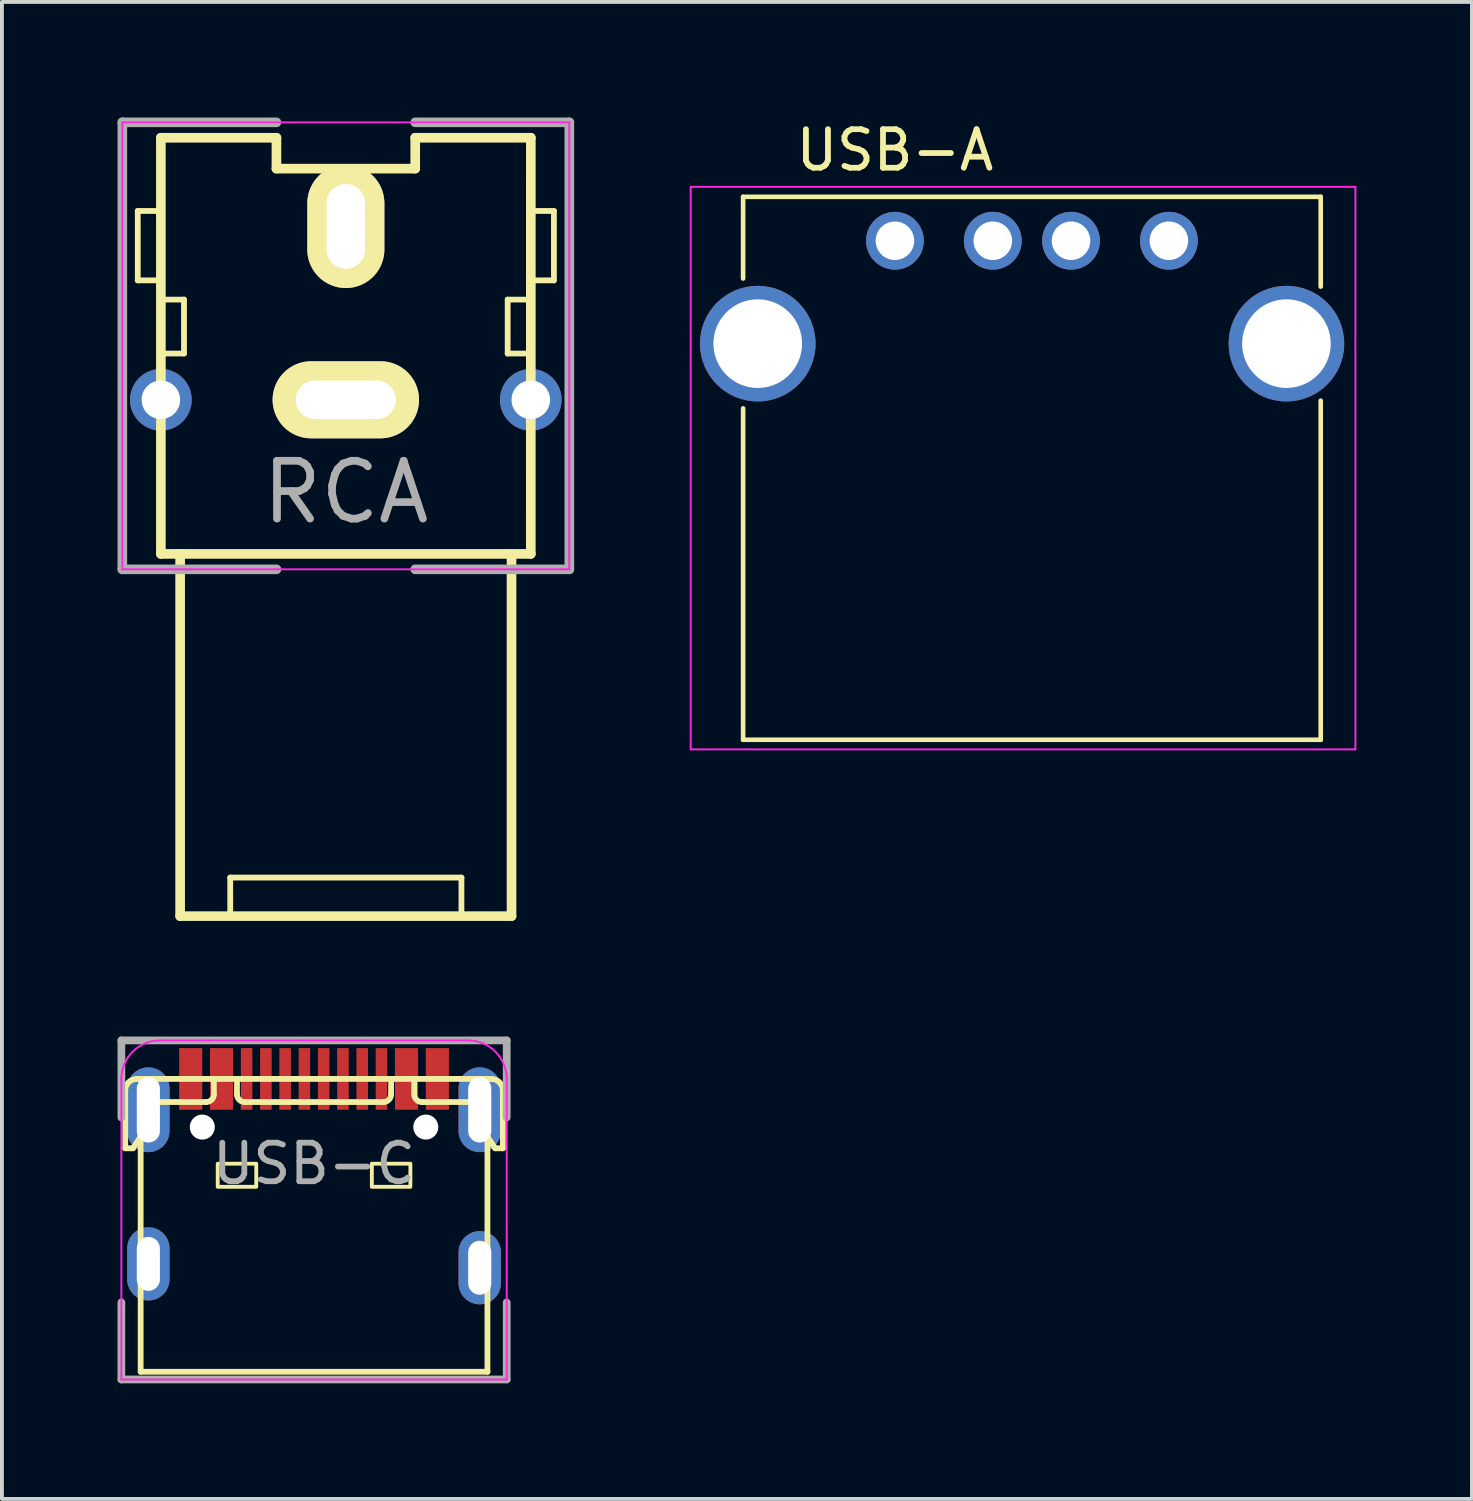
<source format=kicad_pcb>
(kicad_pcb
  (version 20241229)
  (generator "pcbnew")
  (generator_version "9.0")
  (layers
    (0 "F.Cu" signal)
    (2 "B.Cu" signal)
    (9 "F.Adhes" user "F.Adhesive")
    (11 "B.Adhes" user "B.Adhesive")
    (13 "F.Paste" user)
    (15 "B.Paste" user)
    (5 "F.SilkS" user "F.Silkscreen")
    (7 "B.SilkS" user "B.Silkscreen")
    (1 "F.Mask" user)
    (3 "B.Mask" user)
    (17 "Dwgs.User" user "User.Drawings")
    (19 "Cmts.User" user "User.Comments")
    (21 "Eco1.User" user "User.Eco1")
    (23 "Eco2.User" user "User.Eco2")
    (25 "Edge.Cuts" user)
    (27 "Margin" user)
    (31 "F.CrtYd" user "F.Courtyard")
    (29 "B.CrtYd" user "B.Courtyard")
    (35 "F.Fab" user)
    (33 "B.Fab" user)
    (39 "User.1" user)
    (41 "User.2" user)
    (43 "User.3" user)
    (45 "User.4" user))
  (footprint "USB-A"
    (layer "F.Cu")
    (at 20.175 3.198)
    (property "Reference" "USB-A" (at 0 -2.35 0) (layer "F.SilkS") (effects (font (size 1 1) (thickness 0.15))))
    (attr through_hole)
    (fp_line (start -3.94 -1.14) (end -3.94 0.98) (stroke (width 0.12) (type solid)) (layer "F.SilkS"))
    (fp_line (start -3.94 4.35) (end -3.94 12.95) (stroke (width 0.12) (type solid)) (layer "F.SilkS"))
    (fp_line (start 11.05 -1.14) (end -3.94 -1.14) (stroke (width 0.12) (type solid)) (layer "F.SilkS"))
    (fp_line (start 11.05 -1.14) (end 11.05 1.19) (stroke (width 0.12) (type solid)) (layer "F.SilkS"))
    (fp_line (start 11.05 4.15) (end 11.05 12.95) (stroke (width 0.12) (type solid)) (layer "F.SilkS"))
    (fp_line (start 11.05 12.95) (end -3.94 12.95) (stroke (width 0.12) (type solid)) (layer "F.SilkS"))
    (fp_line (start -5.3 -1.4) (end 11.95 -1.4) (stroke (width 0.05) (type solid)) (layer "F.CrtYd"))
    (fp_line (start -5.3 13.2) (end -5.3 -1.4) (stroke (width 0.05) (type solid)) (layer "F.CrtYd"))
    (fp_line (start -5.3 13.2) (end 11.95 13.2) (stroke (width 0.05) (type solid)) (layer "F.CrtYd"))
    (fp_line (start 11.95 -1.4) (end 11.95 13.2) (stroke (width 0.05) (type solid)) (layer "F.CrtYd"))
    (pad "1" thru_hole circle (at 0 0 270) (size 1.5 1.5) (drill 1) (layers "*.Cu" "*.Mask"))
    (pad "2" thru_hole circle (at 2.54 0 270) (size 1.5 1.5) (drill 1) (layers "*.Cu" "*.Mask"))
    (pad "3" thru_hole circle (at 4.57 0 270) (size 1.5 1.5) (drill 1) (layers "*.Cu" "*.Mask"))
    (pad "4" thru_hole circle (at 7.11 0 270) (size 1.5 1.5) (drill 1) (layers "*.Cu" "*.Mask"))
    (pad "5" thru_hole circle (at -3.56 2.67 270) (size 3 3) (drill 2.3) (layers "*.Cu" "*.Mask"))
    (pad "5" thru_hole circle (at 10.16 2.67 270) (size 3 3) (drill 2.3) (layers "*.Cu" "*.Mask")))
  (footprint "USB-C"
    (layer "F.Cu")
    (at 5.1 27.75)
    (property "Reference" "USB-C" (at 0 -0.6 180) (layer "F.Fab") (effects (font (size 1 1) (thickness 0.15))))
    (attr smd)
    (fp_line (start -4.9 -2.5) (end -4.9 -1) (stroke (width 0.15) (type solid)) (layer "F.SilkS"))
    (fp_line (start -4.9 -1) (end -4.7 -1) (stroke (width 0.15) (type solid)) (layer "F.SilkS"))
    (fp_line (start -4.7 -1) (end -4.5 -1.3) (stroke (width 0.15) (type solid)) (layer "F.SilkS"))
    (fp_line (start -4.5 4.8) (end -4.5 -2.2) (stroke (width 0.15) (type solid)) (layer "F.SilkS"))
    (fp_line (start -2.8 -2.2) (end -4.5 -2.2) (stroke (width 0.15) (type solid)) (layer "F.SilkS"))
    (fp_line (start -2.6 -2.8) (end -2.6 -2.4) (stroke (width 0.15) (type solid)) (layer "F.SilkS"))
    (fp_line (start -2 -2.8) (end -2 -2.4) (stroke (width 0.15) (type solid)) (layer "F.SilkS"))
    (fp_line (start 1.8 -2.2) (end -1.8 -2.2) (stroke (width 0.15) (type solid)) (layer "F.SilkS"))
    (fp_line (start 2 -2.8) (end 2 -2.4) (stroke (width 0.15) (type solid)) (layer "F.SilkS"))
    (fp_line (start 2.6 -2.8) (end 2.6 -2.4) (stroke (width 0.15) (type solid)) (layer "F.SilkS"))
    (fp_line (start 2.8 -2.2) (end 4.5 -2.2) (stroke (width 0.15) (type solid)) (layer "F.SilkS"))
    (fp_line (start 4.5 4.8) (end -4.5 4.8) (stroke (width 0.15) (type solid)) (layer "F.SilkS"))
    (fp_line (start 4.5 4.8) (end 4.5 -2.2) (stroke (width 0.15) (type solid)) (layer "F.SilkS"))
    (fp_line (start 4.6 -2.8) (end -4.588 -2.8) (stroke (width 0.15) (type solid)) (layer "F.SilkS"))
    (fp_line (start 4.7 -1) (end 4.5 -1.3) (stroke (width 0.15) (type solid)) (layer "F.SilkS"))
    (fp_line (start 4.7 -1) (end 4.9 -1) (stroke (width 0.15) (type solid)) (layer "F.SilkS"))
    (fp_line (start 4.9 -2.5) (end 4.9 -1) (stroke (width 0.15) (type solid)) (layer "F.SilkS"))
    (fp_rect (start -2.5 -0.6) (end -1.5 0) (stroke (width 0.1) (type default)) (fill no) (layer "F.SilkS"))
    (fp_rect (start 1.5 -0.6) (end 2.5 0) (stroke (width 0.1) (type default)) (fill no) (layer "F.SilkS"))
    (fp_arc (start -4.9 -2.5) (mid -4.812132 -2.712132) (end -4.6 -2.8) (stroke (width 0.15) (type solid)) (layer "F.SilkS"))
    (fp_arc (start -2.6 -2.4) (mid -2.658578 -2.258578) (end -2.8 -2.2) (stroke (width 0.15) (type default)) (layer "F.SilkS"))
    (fp_arc (start -1.799998 -2.200002) (mid -1.94142 -2.25858) (end -1.999998 -2.400002) (stroke (width 0.15) (type default)) (layer "F.SilkS"))
    (fp_arc (start 1.999998 -2.400002) (mid 1.94142 -2.25858) (end 1.799998 -2.200002) (stroke (width 0.15) (type default)) (layer "F.SilkS"))
    (fp_arc (start 2.8 -2.2) (mid 2.658579 -2.258579) (end 2.6 -2.4) (stroke (width 0.15) (type default)) (layer "F.SilkS"))
    (fp_arc (start 4.6 -2.8) (mid 4.812132 -2.712132) (end 4.9 -2.5) (stroke (width 0.15) (type solid)) (layer "F.SilkS"))
    (fp_line (start -5 5) (end -5 -2.8) (stroke (width 0.05) (type solid)) (layer "F.CrtYd"))
    (fp_line (start 4 -3.8) (end -4 -3.8) (stroke (width 0.05) (type solid)) (layer "F.CrtYd"))
    (fp_line (start 5 5) (end -5 5) (stroke (width 0.05) (type solid)) (layer "F.CrtYd"))
    (fp_line (start 5 5) (end 5 -2.8) (stroke (width 0.05) (type solid)) (layer "F.CrtYd"))
    (fp_arc (start -4.999998 -2.8) (mid -4.707105 -3.507106) (end -3.999998 -3.8) (stroke (width 0.05) (type default)) (layer "F.CrtYd"))
    (fp_arc (start 4 -3.799998) (mid 4.707106 -3.507104) (end 5 -2.799998) (stroke (width 0.05) (type default)) (layer "F.CrtYd"))
    (fp_line (start -5 -3.8) (end -5 -1.8) (stroke (width 0.2) (type default)) (layer "F.Fab"))
    (fp_line (start -5 -3.8) (end 5 -3.8) (stroke (width 0.2) (type default)) (layer "F.Fab"))
    (fp_line (start -5 3) (end -5 5) (stroke (width 0.2) (type default)) (layer "F.Fab"))
    (fp_line (start -5 5) (end 5 5) (stroke (width 0.2) (type default)) (layer "F.Fab"))
    (fp_line (start 5 -3.8) (end 5 -1.8) (stroke (width 0.2) (type default)) (layer "F.Fab"))
    (fp_line (start 5 3) (end 5 5) (stroke (width 0.2) (type default)) (layer "F.Fab"))
    (pad "" np_thru_hole circle (at -2.9 -1.55 90) (size 0.65 0.65) (drill 0.65) (layers "*.Cu" "*.Mask"))
    (pad "" np_thru_hole circle (at 2.9 -1.55 90) (size 0.65 0.65) (drill 0.65) (layers "*.Cu" "*.Mask"))
    (pad "0" thru_hole oval (at -4.3 -2 180) (size 1.1 2.2) (drill oval 0.6 1.7) (layers "*.Cu" "*.Mask"))
    (pad "0" thru_hole oval (at -4.3 2 180) (size 1.1 1.9) (drill oval 0.6 1.4) (layers "*.Cu" "*.Mask"))
    (pad "0" thru_hole oval (at 4.3 -2 180) (size 1.1 2.2) (drill oval 0.6 1.7) (layers "*.Cu" "*.Mask"))
    (pad "0" thru_hole oval (at 4.3 2.1 180) (size 1.1 1.9) (drill oval 0.6 1.4) (layers "*.Cu" "*.Mask"))
    (pad "1" smd rect (at -3.2 -2.8 90) (size 1.6 0.6) (layers "F.Cu" "F.Mask" "F.Paste"))
    (pad "2" smd rect (at -2.4 -2.8 90) (size 1.6 0.6) (layers "F.Cu" "F.Mask" "F.Paste"))
    (pad "3" smd rect (at -1.75 -2.8 90) (size 1.6 0.3) (layers "F.Cu" "F.Mask" "F.Paste"))
    (pad "4" smd rect (at -1.25 -2.8 90) (size 1.6 0.3) (layers "F.Cu" "F.Mask" "F.Paste"))
    (pad "5" smd rect (at -0.75 -2.8 90) (size 1.6 0.3) (layers "F.Cu" "F.Mask" "F.Paste"))
    (pad "6" smd rect (at -0.25 -2.8 90) (size 1.6 0.3) (layers "F.Cu" "F.Mask" "F.Paste"))
    (pad "7" smd rect (at 0.25 -2.8 90) (size 1.6 0.3) (layers "F.Cu" "F.Mask" "F.Paste"))
    (pad "8" smd rect (at 0.75 -2.8 90) (size 1.6 0.3) (layers "F.Cu" "F.Mask" "F.Paste"))
    (pad "9" smd rect (at 1.25 -2.8 90) (size 1.6 0.3) (layers "F.Cu" "F.Mask" "F.Paste"))
    (pad "10" smd rect (at 1.75 -2.8 90) (size 1.6 0.3) (layers "F.Cu" "F.Mask" "F.Paste"))
    (pad "11" smd rect (at 2.4 -2.8 90) (size 1.6 0.6) (layers "F.Cu" "F.Mask" "F.Paste"))
    (pad "12" smd rect (at 3.2 -2.8 90) (size 1.6 0.6) (layers "F.Cu" "F.Mask" "F.Paste")))
  (footprint "RCA"
    (layer "F.Cu")
    (at 5.925 7.325)
    (property "Reference" "RCA" (at 0 2.4 0) (layer "F.Fab") (effects (font (size 1.5 1.5) (thickness 0.2))))
    (attr through_hole)
    (fp_line (start -5.4 -4.9) (end -4.801 -4.9) (stroke (width 0.15) (type solid)) (layer "F.SilkS"))
    (fp_line (start -5.4 -3.099) (end -5.4 -4.9) (stroke (width 0.15) (type solid)) (layer "F.SilkS"))
    (fp_line (start -4.801 -6.8) (end -1.801 -6.8) (stroke (width 0.25) (type solid)) (layer "F.SilkS"))
    (fp_line (start -4.801 -3.099) (end -5.4 -3.099) (stroke (width 0.15) (type solid)) (layer "F.SilkS"))
    (fp_line (start -4.8 -6.8) (end -4.8 4) (stroke (width 0.25) (type solid)) (layer "F.SilkS"))
    (fp_line (start -4.8 -1.2) (end -4.2 -1.2) (stroke (width 0.15) (type solid)) (layer "F.SilkS"))
    (fp_line (start -4.3 4.001) (end -4.3 13.4) (stroke (width 0.25) (type solid)) (layer "F.SilkS"))
    (fp_line (start -4.3 13.4) (end 4.3 13.4) (stroke (width 0.25) (type solid)) (layer "F.SilkS"))
    (fp_line (start -4.2 -2.6) (end -4.8 -2.6) (stroke (width 0.15) (type solid)) (layer "F.SilkS"))
    (fp_line (start -4.2 -1.2) (end -4.2 -2.6) (stroke (width 0.15) (type solid)) (layer "F.SilkS"))
    (fp_line (start -3 12.4) (end 3 12.4) (stroke (width 0.15) (type solid)) (layer "F.SilkS"))
    (fp_line (start -3 13.4) (end -3 12.4) (stroke (width 0.15) (type solid)) (layer "F.SilkS"))
    (fp_line (start -1.801 -6.8) (end -1.801 -5.999) (stroke (width 0.25) (type solid)) (layer "F.SilkS"))
    (fp_line (start -1.801 -5.999) (end 1.801 -5.999) (stroke (width 0.25) (type solid)) (layer "F.SilkS"))
    (fp_line (start 1.801 -6.8) (end 4.801 -6.8) (stroke (width 0.25) (type solid)) (layer "F.SilkS"))
    (fp_line (start 1.801 -5.999) (end 1.801 -6.8) (stroke (width 0.25) (type solid)) (layer "F.SilkS"))
    (fp_line (start 3 12.4) (end 3 13.4) (stroke (width 0.15) (type solid)) (layer "F.SilkS"))
    (fp_line (start 4.2 -1.2) (end 4.2 -2.6) (stroke (width 0.15) (type solid)) (layer "F.SilkS"))
    (fp_line (start 4.2 -1.2) (end 4.8 -1.2) (stroke (width 0.15) (type solid)) (layer "F.SilkS"))
    (fp_line (start 4.3 13.4) (end 4.3 4.001) (stroke (width 0.25) (type solid)) (layer "F.SilkS"))
    (fp_line (start 4.8 -2.6) (end 4.2 -2.6) (stroke (width 0.15) (type solid)) (layer "F.SilkS"))
    (fp_line (start 4.8 4) (end -4.8 4) (stroke (width 0.25) (type solid)) (layer "F.SilkS"))
    (fp_line (start 4.801 -6.8) (end 4.8 4) (stroke (width 0.25) (type solid)) (layer "F.SilkS"))
    (fp_line (start 4.801 -4.9) (end 5.4 -4.9) (stroke (width 0.15) (type solid)) (layer "F.SilkS"))
    (fp_line (start 5.4 -4.9) (end 5.4 -3.099) (stroke (width 0.15) (type solid)) (layer "F.SilkS"))
    (fp_line (start 5.4 -3.099) (end 4.801 -3.099) (stroke (width 0.15) (type solid)) (layer "F.SilkS"))
    (fp_line (start -5.8 -7.2) (end -5.8 4.4) (stroke (width 0.05) (type solid)) (layer "F.CrtYd"))
    (fp_line (start 5.8 -7.2) (end -5.8 -7.2) (stroke (width 0.05) (type solid)) (layer "F.CrtYd"))
    (fp_line (start 5.8 -7.2) (end 5.8 4.4) (stroke (width 0.05) (type solid)) (layer "F.CrtYd"))
    (fp_line (start 5.8 4.4) (end -5.8 4.4) (stroke (width 0.05) (type solid)) (layer "F.CrtYd"))
    (fp_line (start -5.8 -7.2) (end -5.8 4.4) (stroke (width 0.25) (type solid)) (layer "F.Fab"))
    (fp_line (start -1.8 -7.2) (end -5.8 -7.2) (stroke (width 0.25) (type solid)) (layer "F.Fab"))
    (fp_line (start -1.8 4.4) (end -5.8 4.4) (stroke (width 0.25) (type solid)) (layer "F.Fab"))
    (fp_line (start 5.8 -7.2) (end 1.8 -7.2) (stroke (width 0.25) (type solid)) (layer "F.Fab"))
    (fp_line (start 5.8 -7.2) (end 5.8 4.4) (stroke (width 0.25) (type solid)) (layer "F.Fab"))
    (fp_line (start 5.8 4.4) (end 1.8 4.4) (stroke (width 0.25) (type solid)) (layer "F.Fab"))
    (pad "1" thru_hole oval (at 0 -4.5) (size 2 3.2) (drill oval 1 2.2) (layers "*.Cu" "*.Mask" "F.SilkS"))
    (pad "2" thru_hole oval (at 0 0) (size 3.8 2) (drill oval 2.6 1) (layers "*.Cu" "*.Mask" "F.SilkS"))
    (pad "3" thru_hole circle (at -4.8 0) (size 1.6 1.6) (drill 1) (layers "*.Cu" "*.Mask"))
    (pad "3" thru_hole circle (at 4.8 0) (size 1.6 1.6) (drill 1) (layers "*.Cu" "*.Mask")))
  (gr_rect
    (start -3 -3)
    (end 35.15 35.85)
    (stroke (width 0.1) (type default))
    (fill no)
    (layer "Edge.Cuts")))
</source>
